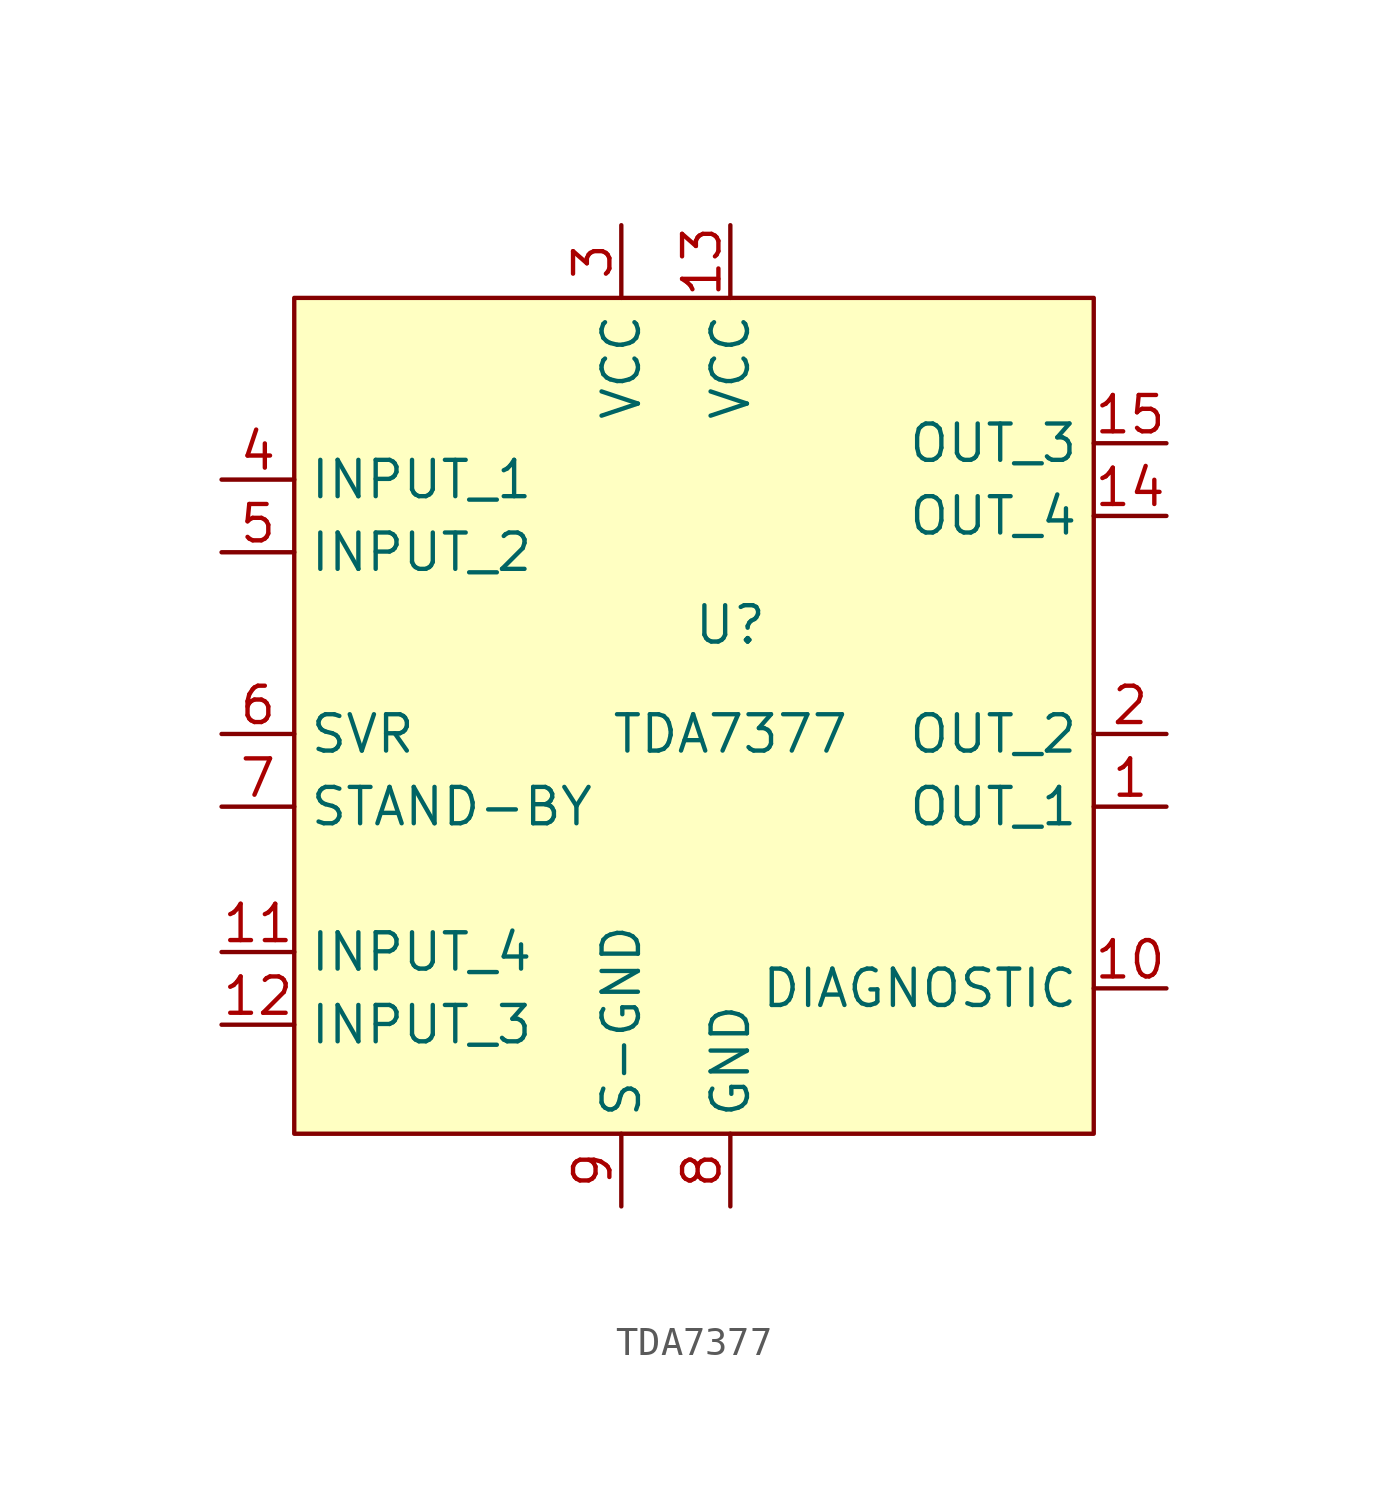
<source format=kicad_sym>
(kicad_symbol_lib
  (version 20220914)
  (generator kicad_symbol_editor)
  (symbol "TDA7377"
    (property "Reference" "U"
      (at 2.54 1.27 0)
      (effects (font (size 1.27 1.27))))
    (property "Value" "TDA7377"
      (at 2.54 -2.54 0)
      (effects (font (size 1.27 1.27))))
    (symbol "TDA7377_0_0"
      (pin output line (at 17.78 -5.08 180) (length 2.54) (name "OUT_1" (effects (font (size 1.27 1.27)))) (number "1" (effects (font (size 1.27 1.27)))))
      (pin output line (at 17.78 -11.43 180) (length 2.54) (name "DIAGNOSTIC" (effects (font (size 1.27 1.27)))) (number "10" (effects (font (size 1.27 1.27)))))
      (pin input line (at -15.24 -10.16 0) (length 2.54) (name "INPUT_4" (effects (font (size 1.27 1.27)))) (number "11" (effects (font (size 1.27 1.27)))))
      (pin input line (at -15.24 -12.7 0) (length 2.54) (name "INPUT_3" (effects (font (size 1.27 1.27)))) (number "12" (effects (font (size 1.27 1.27)))))
      (pin power_in line (at 2.54 15.24 270) (length 2.54) (name "VCC" (effects (font (size 1.27 1.27)))) (number "13" (effects (font (size 1.27 1.27)))))
      (pin output line (at 17.78 5.08 180) (length 2.54) (name "OUT_4" (effects (font (size 1.27 1.27)))) (number "14" (effects (font (size 1.27 1.27)))))
      (pin output line (at 17.78 7.62 180) (length 2.54) (name "OUT_3" (effects (font (size 1.27 1.27)))) (number "15" (effects (font (size 1.27 1.27)))))
      (pin output line (at 17.78 -2.54 180) (length 2.54) (name "OUT_2" (effects (font (size 1.27 1.27)))) (number "2" (effects (font (size 1.27 1.27)))))
      (pin power_in line (at -1.27 15.24 270) (length 2.54) (name "VCC" (effects (font (size 1.27 1.27)))) (number "3" (effects (font (size 1.27 1.27)))))
      (pin input line (at -15.24 6.35 0) (length 2.54) (name "INPUT_1" (effects (font (size 1.27 1.27)))) (number "4" (effects (font (size 1.27 1.27)))))
      (pin input line (at -15.24 3.81 0) (length 2.54) (name "INPUT_2" (effects (font (size 1.27 1.27)))) (number "5" (effects (font (size 1.27 1.27)))))
      (pin bidirectional line (at -15.24 -2.54 0) (length 2.54) (name "SVR" (effects (font (size 1.27 1.27)))) (number "6" (effects (font (size 1.27 1.27)))))
      (pin input line (at -15.24 -5.08 0) (length 2.54) (name "STAND-BY" (effects (font (size 1.27 1.27)))) (number "7" (effects (font (size 1.27 1.27)))))
      (pin power_in line (at 2.54 -19.05 90) (length 2.54) (name "GND" (effects (font (size 1.27 1.27)))) (number "8" (effects (font (size 1.27 1.27)))))
      (pin power_in line (at -1.27 -19.05 90) (length 2.54) (name "S-GND" (effects (font (size 1.27 1.27)))) (number "9" (effects (font (size 1.27 1.27))))))
    (symbol "TDA7377_1_1"
      (rectangle (start -12.7 12.7) (end 15.24 -16.51) (stroke (width 0) (type default)) (fill (type background))))))
</source>
